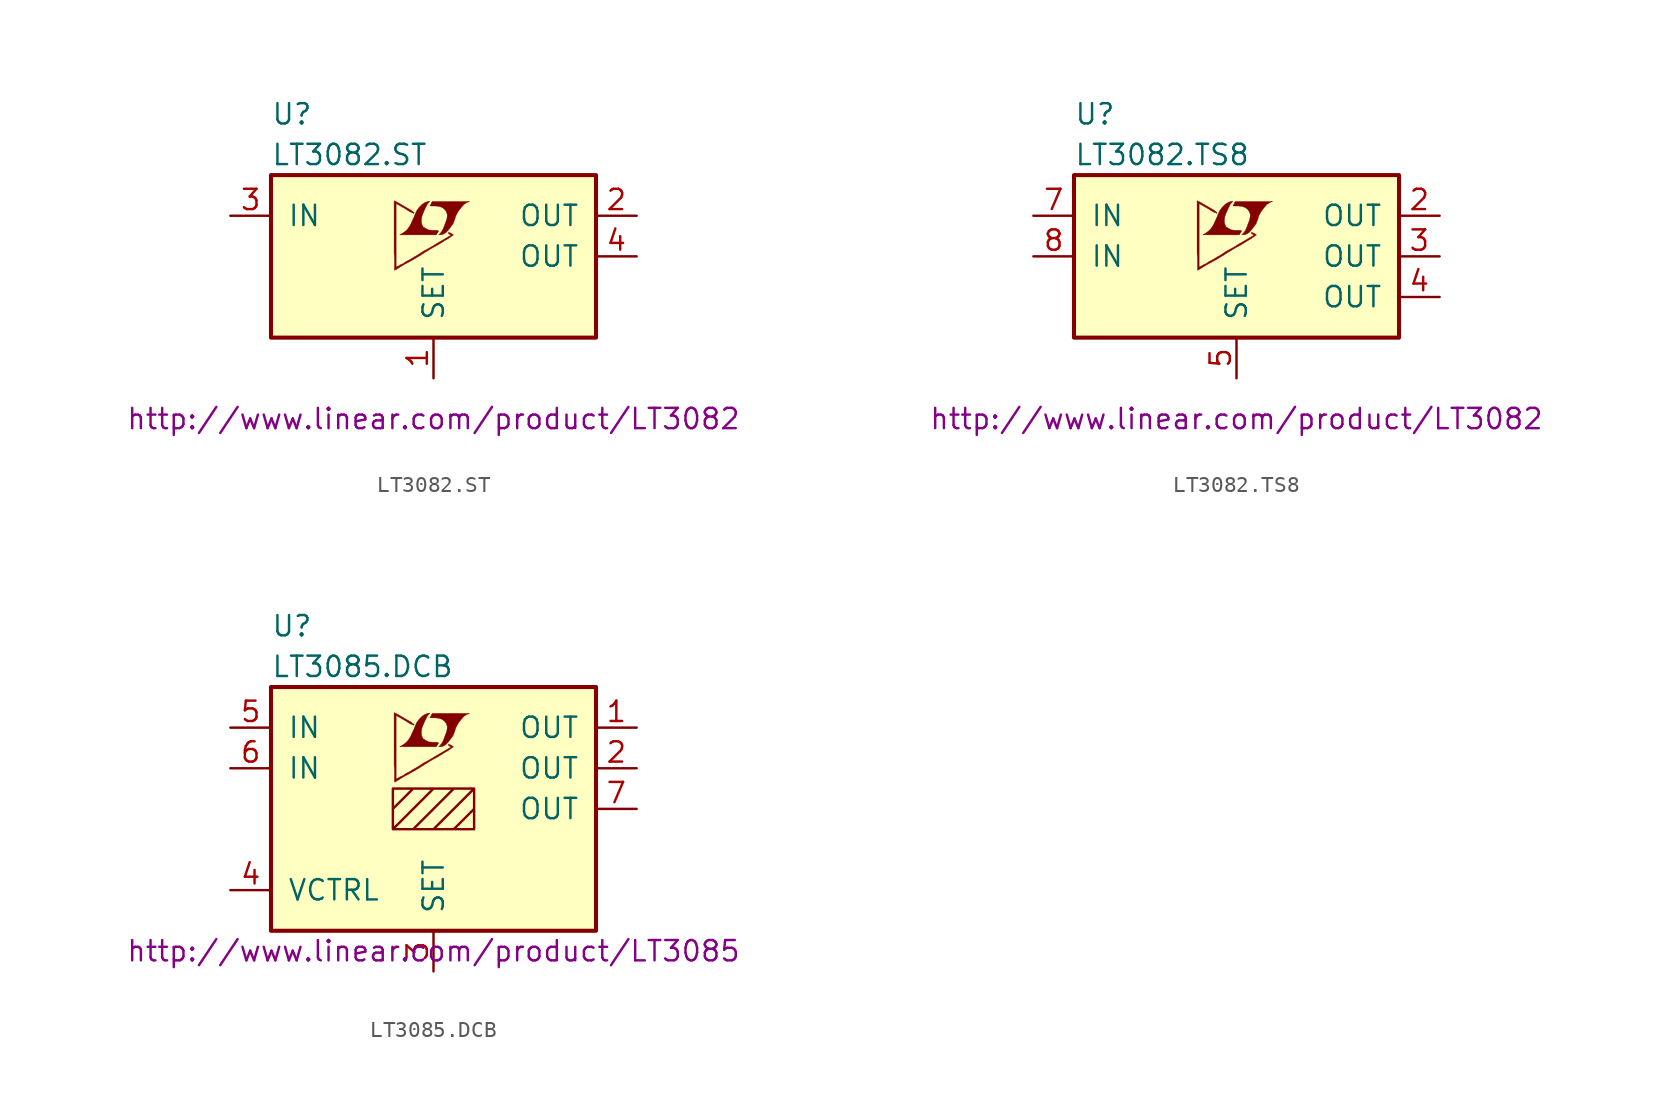
<source format=kicad_sym>
(kicad_symbol_lib
  (version 20201005)
  (generator kicad_symbol_editor)
  (symbol "LT3082.ST"
    (pin_names
      (offset 1.016))
    (property "Reference" "U"
      (at -10.16 8.89 0)
      (effects (font (size 1.27 1.27)) (justify left)))
    (property "Value" "LT3082.ST"
      (at -10.16 6.35 0)
      (effects (font (size 1.27 1.27)) (justify left)))
    (property "Datasheet" "http://www.linear.com/product/LT3082"
      (at 0 -10.16 0)
      (effects (font (size 1.27 1.27))))
    (symbol "LT3082.ST_0_0"
      (polyline (pts (xy 0.584 1.372) (xy 0.762 1.473) (xy 0.914 1.626) (xy 1.219 2.032) (xy 1.321 2.286) (xy 1.397 2.54) (xy 1.549 2.819) (xy 1.727 3.048) (xy 1.905 3.251) (xy 2.108 3.378) (xy 2.261 3.429) (xy -0.076 3.429) (xy -0.152 3.302) (xy -0.152 3.277) (xy -0.203 3.2) (xy -0.229 3.175) (xy -0.178 3.15) (xy 0.102 3.15) (xy 0.356 3.124) (xy 0.559 3.048) (xy 0.711 2.921) (xy 0.813 2.769) (xy 0.864 2.591) (xy 0.838 2.362) (xy 0.838 2.337) (xy 0.61 1.727) (xy 0.508 1.549) (xy 0.406 1.422) (xy 0.33 1.346) (xy 0.432 1.346) (xy 0.584 1.372)) (stroke (width 0.025)) (fill (type outline)))
      (polyline (pts (xy 0.229 1.448) (xy 0.254 1.473) (xy 0.305 1.549) (xy 0.305 1.6) (xy 0.254 1.626) (xy -0.051 1.626) (xy -0.305 1.651) (xy -0.508 1.753) (xy -0.66 1.854) (xy -0.737 2.032) (xy -0.762 2.21) (xy -0.737 2.438) (xy -0.737 2.464) (xy -0.686 2.616) (xy -0.533 2.972) (xy -0.381 3.277) (xy -0.305 3.353) (xy -0.229 3.454) (xy -0.356 3.429) (xy -0.508 3.378) (xy -0.711 3.251) (xy -0.889 3.073) (xy -1.041 2.87) (xy -1.168 2.591) (xy -1.168 2.565) (xy -1.321 2.235) (xy -1.448 1.956) (xy -1.6 1.727) (xy -1.753 1.575) (xy -1.93 1.448) (xy -2.108 1.346) (xy 0.178 1.346) (xy 0.229 1.448)) (stroke (width 0.025)) (fill (type outline)))
      (polyline (pts (xy -2.362 -0.838) (xy -2.286 -0.787) (xy -2.159 -0.711) (xy -2.083 -0.66) (xy -1.829 -0.508) (xy -1.27 -0.203) (xy -0.762 0.102) (xy -0.533 0.254) (xy -0.356 0.356) (xy -0.203 0.457) (xy -0.102 0.508) (xy -0.025 0.559) (xy 0.127 0.635) (xy 0.305 0.737) (xy 0.711 0.991) (xy 0.889 1.092) (xy 1.041 1.194) (xy 1.143 1.27) (xy 1.219 1.321) (xy 1.245 1.346) (xy 1.092 1.448) (xy 0.94 1.499) (xy 0.914 1.473) (xy 0.914 1.448) (xy 0.991 1.397) (xy 1.092 1.321) (xy 0.178 0.787) (xy -0.025 0.66) (xy -0.33 0.483) (xy -0.66 0.305) (xy -0.965 0.102) (xy -1.27 -0.076) (xy -1.524 -0.229) (xy -1.727 -0.33) (xy -1.905 -0.457) (xy -2.083 -0.533) (xy -2.21 -0.61) (xy -2.311 -0.66) (xy -2.337 -0.686) (xy -2.337 3.302) (xy -1.803 2.997) (xy -1.676 2.921) (xy -1.524 2.819) (xy -1.372 2.743) (xy -1.295 2.718) (xy -1.245 2.692) (xy -1.219 2.692) (xy -1.219 2.743) (xy -1.295 2.794) (xy -1.422 2.896) (xy -1.6 2.997) (xy -1.727 3.073) (xy -2.083 3.277) (xy -2.21 3.353) (xy -2.464 3.48) (xy -2.464 0.203) (xy -2.438 -0.102) (xy -2.438 -0.864) (xy -2.413 -0.864) (xy -2.362 -0.838)) (stroke (width 0.025)) (fill (type outline))))
    (symbol "LT3082.ST_0_1"
      (rectangle (start -10.16 5.08) (end 10.16 -5.08) (stroke (width 0.254)) (fill (type background))))
    (symbol "LT3082.ST_1_1"
      (pin passive line (at 0 -7.62 90) (length 2.54) (name "SET" (effects (font (size 1.27 1.27)))) (number "1" (effects (font (size 1.27 1.27)))))
      (pin power_out line (at 12.7 2.54 180) (length 2.54) (name "OUT" (effects (font (size 1.27 1.27)))) (number "2" (effects (font (size 1.27 1.27)))))
      (pin power_in line (at -12.7 2.54 0) (length 2.54) (name "IN" (effects (font (size 1.27 1.27)))) (number "3" (effects (font (size 1.27 1.27)))))
      (pin power_out line (at 12.7 0 180) (length 2.54) (name "OUT" (effects (font (size 1.27 1.27)))) (number "4" (effects (font (size 1.27 1.27)))))))
  (symbol "LT3082.TS8"
    (pin_names
      (offset 1.016))
    (property "Reference" "U"
      (at -10.16 8.89 0)
      (effects (font (size 1.27 1.27)) (justify left)))
    (property "Value" "LT3082.TS8"
      (at -10.16 6.35 0)
      (effects (font (size 1.27 1.27)) (justify left)))
    (property "Datasheet" "http://www.linear.com/product/LT3082"
      (at 0 -10.16 0)
      (effects (font (size 1.27 1.27))))
    (symbol "LT3082.TS8_0_0"
      (polyline (pts (xy 0.584 1.372) (xy 0.762 1.473) (xy 0.914 1.626) (xy 1.219 2.032) (xy 1.321 2.286) (xy 1.397 2.54) (xy 1.549 2.819) (xy 1.727 3.048) (xy 1.905 3.251) (xy 2.108 3.378) (xy 2.261 3.429) (xy -0.076 3.429) (xy -0.152 3.302) (xy -0.152 3.277) (xy -0.203 3.2) (xy -0.229 3.175) (xy -0.178 3.15) (xy 0.102 3.15) (xy 0.356 3.124) (xy 0.559 3.048) (xy 0.711 2.921) (xy 0.813 2.769) (xy 0.864 2.591) (xy 0.838 2.362) (xy 0.838 2.337) (xy 0.61 1.727) (xy 0.508 1.549) (xy 0.406 1.422) (xy 0.33 1.346) (xy 0.432 1.346) (xy 0.584 1.372)) (stroke (width 0.025)) (fill (type outline)))
      (polyline (pts (xy 0.229 1.448) (xy 0.254 1.473) (xy 0.305 1.549) (xy 0.305 1.6) (xy 0.254 1.626) (xy -0.051 1.626) (xy -0.305 1.651) (xy -0.508 1.753) (xy -0.66 1.854) (xy -0.737 2.032) (xy -0.762 2.21) (xy -0.737 2.438) (xy -0.737 2.464) (xy -0.686 2.616) (xy -0.533 2.972) (xy -0.381 3.277) (xy -0.305 3.353) (xy -0.229 3.454) (xy -0.356 3.429) (xy -0.508 3.378) (xy -0.711 3.251) (xy -0.889 3.073) (xy -1.041 2.87) (xy -1.168 2.591) (xy -1.168 2.565) (xy -1.321 2.235) (xy -1.448 1.956) (xy -1.6 1.727) (xy -1.753 1.575) (xy -1.93 1.448) (xy -2.108 1.346) (xy 0.178 1.346) (xy 0.229 1.448)) (stroke (width 0.025)) (fill (type outline)))
      (polyline (pts (xy -2.362 -0.838) (xy -2.286 -0.787) (xy -2.159 -0.711) (xy -2.083 -0.66) (xy -1.829 -0.508) (xy -1.27 -0.203) (xy -0.762 0.102) (xy -0.533 0.254) (xy -0.356 0.356) (xy -0.203 0.457) (xy -0.102 0.508) (xy -0.025 0.559) (xy 0.127 0.635) (xy 0.305 0.737) (xy 0.711 0.991) (xy 0.889 1.092) (xy 1.041 1.194) (xy 1.143 1.27) (xy 1.219 1.321) (xy 1.245 1.346) (xy 1.092 1.448) (xy 0.94 1.499) (xy 0.914 1.473) (xy 0.914 1.448) (xy 0.991 1.397) (xy 1.092 1.321) (xy 0.178 0.787) (xy -0.025 0.66) (xy -0.33 0.483) (xy -0.66 0.305) (xy -0.965 0.102) (xy -1.27 -0.076) (xy -1.524 -0.229) (xy -1.727 -0.33) (xy -1.905 -0.457) (xy -2.083 -0.533) (xy -2.21 -0.61) (xy -2.311 -0.66) (xy -2.337 -0.686) (xy -2.337 3.302) (xy -1.803 2.997) (xy -1.676 2.921) (xy -1.524 2.819) (xy -1.372 2.743) (xy -1.295 2.718) (xy -1.245 2.692) (xy -1.219 2.692) (xy -1.219 2.743) (xy -1.295 2.794) (xy -1.422 2.896) (xy -1.6 2.997) (xy -1.727 3.073) (xy -2.083 3.277) (xy -2.21 3.353) (xy -2.464 3.48) (xy -2.464 0.203) (xy -2.438 -0.102) (xy -2.438 -0.864) (xy -2.413 -0.864) (xy -2.362 -0.838)) (stroke (width 0.025)) (fill (type outline))))
    (symbol "LT3082.TS8_0_1"
      (rectangle (start -10.16 5.08) (end 10.16 -5.08) (stroke (width 0.254)) (fill (type background))))
    (symbol "LT3082.TS8_1_1"
      (pin unconnected line (at -7.62 -7.62 90) (length 2.54) hide (name "NC" (effects (font (size 1.27 1.27)))) (number "1" (effects (font (size 1.27 1.27)))))
      (pin power_out line (at 12.7 2.54 180) (length 2.54) (name "OUT" (effects (font (size 1.27 1.27)))) (number "2" (effects (font (size 1.27 1.27)))))
      (pin power_out line (at 12.7 0 180) (length 2.54) (name "OUT" (effects (font (size 1.27 1.27)))) (number "3" (effects (font (size 1.27 1.27)))))
      (pin power_out line (at 12.7 -2.54 180) (length 2.54) (name "OUT" (effects (font (size 1.27 1.27)))) (number "4" (effects (font (size 1.27 1.27)))))
      (pin passive line (at 0 -7.62 90) (length 2.54) (name "SET" (effects (font (size 1.27 1.27)))) (number "5" (effects (font (size 1.27 1.27)))))
      (pin unconnected line (at -5.08 -7.62 90) (length 2.54) hide (name "NC" (effects (font (size 1.27 1.27)))) (number "6" (effects (font (size 1.27 1.27)))))
      (pin power_in line (at -12.7 2.54 0) (length 2.54) (name "IN" (effects (font (size 1.27 1.27)))) (number "7" (effects (font (size 1.27 1.27)))))
      (pin power_in line (at -12.7 0 0) (length 2.54) (name "IN" (effects (font (size 1.27 1.27)))) (number "8" (effects (font (size 1.27 1.27)))))))
  (symbol "LT3085.DCB"
    (pin_names
      (offset 1.016))
    (property "Reference" "U"
      (at -10.16 11.43 0)
      (effects (font (size 1.27 1.27)) (justify left)))
    (property "Value" "LT3085.DCB"
      (at -10.16 8.89 0)
      (effects (font (size 1.27 1.27)) (justify left)))
    (property "Datasheet" "http://www.linear.com/product/LT3085"
      (at 0 -8.89 0)
      (effects (font (size 1.27 1.27))))
    (symbol "LT3085.DCB_0_0"
      (polyline (pts (xy 0.584 3.912) (xy 0.762 4.013) (xy 0.914 4.166) (xy 1.219 4.572) (xy 1.321 4.826) (xy 1.397 5.08) (xy 1.549 5.359) (xy 1.727 5.588) (xy 1.905 5.791) (xy 2.108 5.918) (xy 2.261 5.969) (xy -0.076 5.969) (xy -0.152 5.842) (xy -0.152 5.817) (xy -0.203 5.74) (xy -0.229 5.715) (xy -0.178 5.69) (xy 0.102 5.69) (xy 0.356 5.664) (xy 0.559 5.588) (xy 0.711 5.461) (xy 0.813 5.309) (xy 0.864 5.131) (xy 0.838 4.902) (xy 0.838 4.877) (xy 0.61 4.267) (xy 0.508 4.089) (xy 0.406 3.962) (xy 0.33 3.886) (xy 0.432 3.886) (xy 0.584 3.912)) (stroke (width 0.025)) (fill (type outline)))
      (polyline (pts (xy 0.229 3.988) (xy 0.254 4.013) (xy 0.305 4.089) (xy 0.305 4.14) (xy 0.254 4.166) (xy -0.051 4.166) (xy -0.305 4.191) (xy -0.508 4.293) (xy -0.66 4.394) (xy -0.737 4.572) (xy -0.762 4.75) (xy -0.737 4.978) (xy -0.737 5.004) (xy -0.686 5.156) (xy -0.533 5.512) (xy -0.381 5.817) (xy -0.305 5.893) (xy -0.229 5.994) (xy -0.356 5.969) (xy -0.508 5.918) (xy -0.711 5.791) (xy -0.889 5.613) (xy -1.041 5.41) (xy -1.168 5.131) (xy -1.168 5.105) (xy -1.321 4.775) (xy -1.448 4.496) (xy -1.6 4.267) (xy -1.753 4.115) (xy -1.93 3.988) (xy -2.108 3.886) (xy 0.178 3.886) (xy 0.229 3.988)) (stroke (width 0.025)) (fill (type outline)))
      (polyline (pts (xy -2.362 1.702) (xy -2.286 1.753) (xy -2.159 1.829) (xy -2.083 1.88) (xy -1.829 2.032) (xy -1.27 2.337) (xy -0.762 2.642) (xy -0.533 2.794) (xy -0.356 2.896) (xy -0.203 2.997) (xy -0.102 3.048) (xy -0.025 3.099) (xy 0.127 3.175) (xy 0.305 3.277) (xy 0.711 3.531) (xy 0.889 3.632) (xy 1.041 3.734) (xy 1.143 3.81) (xy 1.219 3.861) (xy 1.245 3.886) (xy 1.092 3.988) (xy 0.94 4.039) (xy 0.914 4.013) (xy 0.914 3.988) (xy 0.991 3.937) (xy 1.092 3.861) (xy 0.178 3.327) (xy -0.025 3.2) (xy -0.33 3.023) (xy -0.66 2.845) (xy -0.965 2.642) (xy -1.27 2.464) (xy -1.524 2.311) (xy -1.727 2.21) (xy -1.905 2.083) (xy -2.083 2.007) (xy -2.21 1.93) (xy -2.311 1.88) (xy -2.337 1.854) (xy -2.337 5.842) (xy -1.803 5.537) (xy -1.676 5.461) (xy -1.524 5.359) (xy -1.372 5.283) (xy -1.295 5.258) (xy -1.245 5.232) (xy -1.219 5.232) (xy -1.219 5.283) (xy -1.295 5.334) (xy -1.422 5.436) (xy -1.6 5.537) (xy -1.727 5.613) (xy -2.083 5.817) (xy -2.21 5.893) (xy -2.464 6.02) (xy -2.464 2.743) (xy -2.438 2.438) (xy -2.438 1.676) (xy -2.413 1.676) (xy -2.362 1.702)) (stroke (width 0.025)) (fill (type outline))))
    (symbol "LT3085.DCB_0_1"
      (rectangle (start -10.16 7.62) (end 10.16 -7.62) (stroke (width 0.254)) (fill (type background)))
      (polyline (pts (xy -2.54 0) (xy -1.27 1.27) (xy 0 1.27) (xy -2.54 -1.27) (xy -1.27 -1.27) (xy 1.27 1.27) (xy 2.54 1.27) (xy 0 -1.27) (xy 1.27 -1.27) (xy 2.54 0) (xy 2.54 -1.27) (xy -2.54 -1.27) (xy -2.54 1.27) (xy 2.54 1.27) (xy 2.54 -1.27)) (stroke (width 0)) (fill (type none))))
    (symbol "LT3085.DCB_1_1"
      (pin power_out line (at 12.7 5.08 180) (length 2.54) (name "OUT" (effects (font (size 1.27 1.27)))) (number "1" (effects (font (size 1.27 1.27)))))
      (pin power_out line (at 12.7 2.54 180) (length 2.54) (name "OUT" (effects (font (size 1.27 1.27)))) (number "2" (effects (font (size 1.27 1.27)))))
      (pin passive line (at 0 -10.16 90) (length 2.54) (name "SET" (effects (font (size 1.27 1.27)))) (number "3" (effects (font (size 1.27 1.27)))))
      (pin input line (at -12.7 -5.08 0) (length 2.54) (name "VCTRL" (effects (font (size 1.27 1.27)))) (number "4" (effects (font (size 1.27 1.27)))))
      (pin power_in line (at -12.7 5.08 0) (length 2.54) (name "IN" (effects (font (size 1.27 1.27)))) (number "5" (effects (font (size 1.27 1.27)))))
      (pin power_in line (at -12.7 2.54 0) (length 2.54) (name "IN" (effects (font (size 1.27 1.27)))) (number "6" (effects (font (size 1.27 1.27)))))
      (pin power_out line (at 12.7 0 180) (length 2.54) (name "OUT" (effects (font (size 1.27 1.27)))) (number "7" (effects (font (size 1.27 1.27))))))))
</source>
